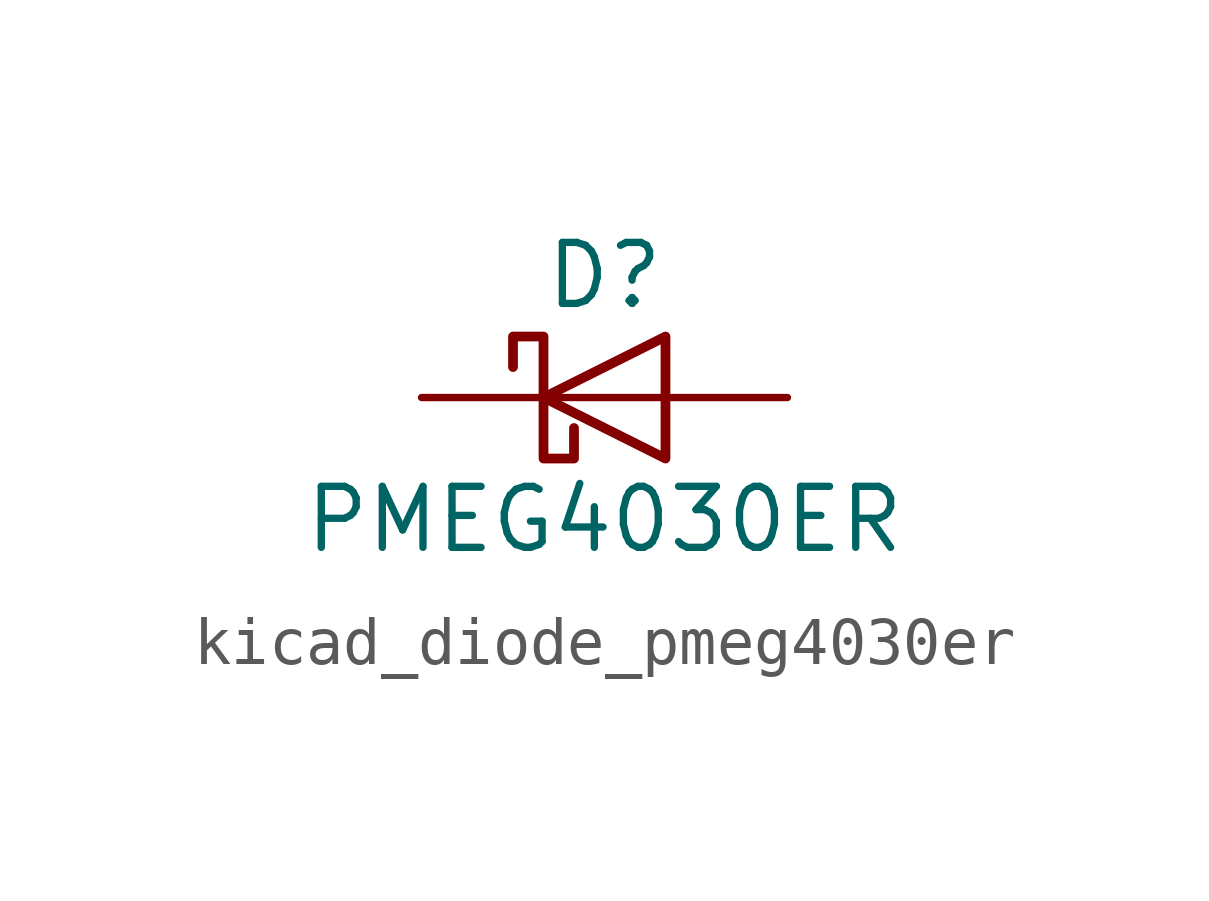
<source format=kicad_sym>
(kicad_symbol_lib
  (version 20220914)
  (generator kicad_symbol_editor)
  (symbol "kicad_diode_pmeg4030er"
    (pin_numbers hide)
    (pin_names hide)
    (property "Reference" "D"
      (at 0 2.54 0)
      (effects (font (size 1.27 1.27))))
    (property "Value" "PMEG4030ER"
      (at 0 -2.54 0)
      (effects (font (size 1.27 1.27))))
    (symbol "kicad_diode_pmeg4030er_0_1"
      (polyline (pts (xy 1.27 0) (xy -1.27 0)) (stroke (width 0) (type default)) (fill (type none)))
      (polyline (pts (xy 1.27 1.27) (xy 1.27 -1.27) (xy -1.27 0) (xy 1.27 1.27)) (stroke (width 0.203) (type default)) (fill (type none)))
      (polyline (pts (xy -1.905 0.635) (xy -1.905 1.27) (xy -1.27 1.27) (xy -1.27 -1.27) (xy -0.635 -1.27) (xy -0.635 -0.635)) (stroke (width 0.203) (type default)) (fill (type none))))
    (symbol "kicad_diode_pmeg4030er_1_1"
      (pin passive line (at -3.81 0 0) (length 2.54) (name "K" (effects (font (size 1.27 1.27)))) (number "1" (effects (font (size 1.27 1.27)))))
      (pin passive line (at 3.81 0 180) (length 2.54) (name "A" (effects (font (size 1.27 1.27)))) (number "2" (effects (font (size 1.27 1.27))))))))
</source>
